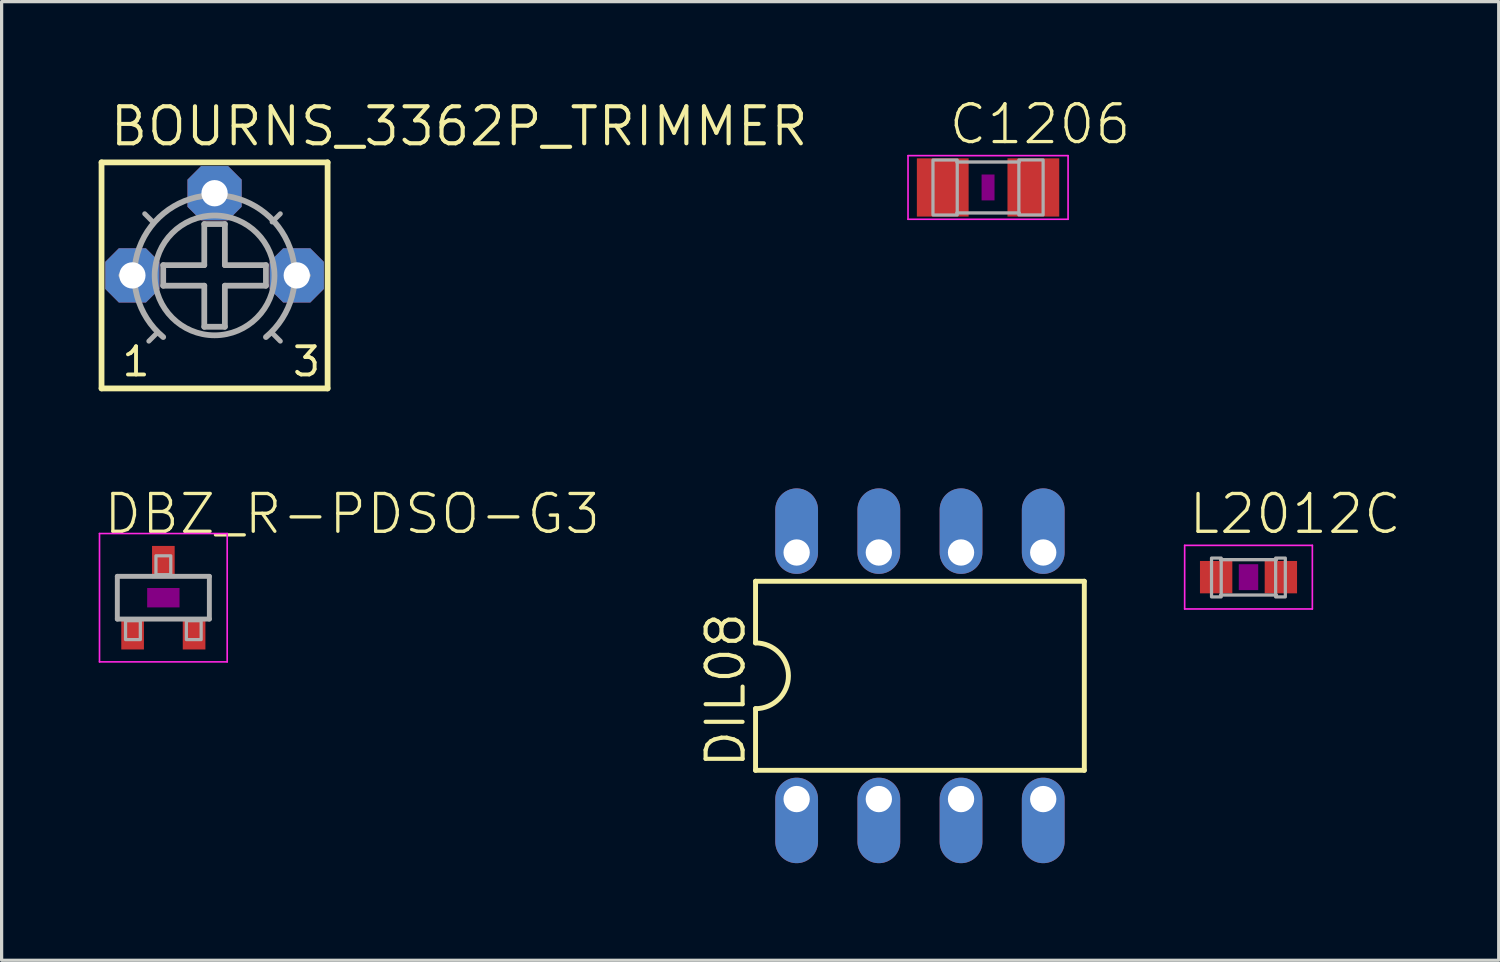
<source format=kicad_pcb>
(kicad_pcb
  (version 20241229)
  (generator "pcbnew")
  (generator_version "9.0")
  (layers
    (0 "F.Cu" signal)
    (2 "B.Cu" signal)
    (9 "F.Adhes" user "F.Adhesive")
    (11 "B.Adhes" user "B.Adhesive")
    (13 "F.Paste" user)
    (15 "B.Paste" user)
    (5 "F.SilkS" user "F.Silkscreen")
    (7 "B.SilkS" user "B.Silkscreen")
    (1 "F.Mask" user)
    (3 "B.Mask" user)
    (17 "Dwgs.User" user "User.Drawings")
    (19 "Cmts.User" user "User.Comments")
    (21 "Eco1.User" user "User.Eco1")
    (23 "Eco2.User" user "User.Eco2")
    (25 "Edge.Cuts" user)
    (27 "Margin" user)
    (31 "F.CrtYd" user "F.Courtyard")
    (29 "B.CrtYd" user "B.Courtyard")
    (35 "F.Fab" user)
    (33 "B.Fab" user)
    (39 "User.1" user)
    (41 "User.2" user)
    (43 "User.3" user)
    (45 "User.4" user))
  (footprint "BOURNS_3362P_TRIMMER"
    (layer "F.Cu")
    (at 3.581 5.461)
    (property "Reference" "BOURNS_3362P_TRIMMER" (at -3.302 -3.937 0) (layer "F.SilkS") (effects (font (size 1.143 1.143) (thickness 0.127)) (justify left bottom)))
    (fp_line (start -3.493 -3.493) (end 3.493 -3.493) (stroke (width 0.178) (type solid)) (layer "F.SilkS"))
    (fp_line (start -3.493 3.493) (end -3.493 -3.493) (stroke (width 0.178) (type solid)) (layer "F.SilkS"))
    (fp_line (start 3.493 -3.493) (end 3.493 3.493) (stroke (width 0.178) (type solid)) (layer "F.SilkS"))
    (fp_line (start 3.493 3.493) (end -3.493 3.493) (stroke (width 0.178) (type solid)) (layer "F.SilkS"))
    (fp_line (start -2.515 0) (end -2.896 0) (stroke (width 0.152) (type solid)) (layer "F.Fab"))
    (fp_line (start -1.905 -1.651) (end -2.159 -1.905) (stroke (width 0.152) (type solid)) (layer "F.Fab"))
    (fp_line (start -1.778 1.778) (end -2.032 2.032) (stroke (width 0.152) (type solid)) (layer "F.Fab"))
    (fp_line (start -1.587 -0.318) (end -0.318 -0.318) (stroke (width 0.178) (type solid)) (layer "F.Fab"))
    (fp_line (start -1.587 0.318) (end -1.587 -0.318) (stroke (width 0.178) (type solid)) (layer "F.Fab"))
    (fp_line (start -0.318 -1.587) (end 0.318 -1.587) (stroke (width 0.178) (type solid)) (layer "F.Fab"))
    (fp_line (start -0.318 -0.318) (end -0.318 -1.587) (stroke (width 0.178) (type solid)) (layer "F.Fab"))
    (fp_line (start -0.318 0.318) (end -1.587 0.318) (stroke (width 0.178) (type solid)) (layer "F.Fab"))
    (fp_line (start -0.318 1.587) (end -0.318 0.318) (stroke (width 0.178) (type solid)) (layer "F.Fab"))
    (fp_line (start 0 -2.464) (end 0 -2.845) (stroke (width 0.152) (type solid)) (layer "F.Fab"))
    (fp_line (start 0.318 -1.587) (end 0.318 -0.318) (stroke (width 0.178) (type solid)) (layer "F.Fab"))
    (fp_line (start 0.318 -0.318) (end 1.587 -0.318) (stroke (width 0.178) (type solid)) (layer "F.Fab"))
    (fp_line (start 0.318 0.318) (end 0.318 1.587) (stroke (width 0.178) (type solid)) (layer "F.Fab"))
    (fp_line (start 0.318 1.587) (end -0.318 1.587) (stroke (width 0.178) (type solid)) (layer "F.Fab"))
    (fp_line (start 1.587 -0.318) (end 1.587 0.318) (stroke (width 0.178) (type solid)) (layer "F.Fab"))
    (fp_line (start 1.587 0.318) (end 0.318 0.318) (stroke (width 0.178) (type solid)) (layer "F.Fab"))
    (fp_line (start 1.778 -1.651) (end 2.032 -1.905) (stroke (width 0.152) (type solid)) (layer "F.Fab"))
    (fp_line (start 1.778 1.778) (end 2.032 2.032) (stroke (width 0.152) (type solid)) (layer "F.Fab"))
    (fp_line (start 2.515 0) (end 2.896 0) (stroke (width 0.152) (type solid)) (layer "F.Fab"))
    (fp_arc (start -1.5875 1.905) (mid 0 -2.479754) (end 1.5875 1.905) (stroke (width 0.1778) (type solid)) (layer "F.Fab"))
    (fp_circle (center 0 0) (end 1.851 0) (stroke (width 0.178) (type solid)) (fill no) (layer "F.Fab"))
    (fp_text user "1" (at -2.921 3.175 0) (layer "F.SilkS") (effects (font (size 0.872 0.872) (thickness 0.119)) (justify left bottom)))
    (fp_text user "3" (at 2.349 3.175 0) (layer "F.SilkS") (effects (font (size 0.872 0.872) (thickness 0.119)) (justify left bottom)))
    (pad "1" thru_hole roundrect (at -2.54 0) (size 1.676 1.676) (drill 0.813) (layers "*.Cu" "*.Mask") (roundrect_rratio 0.25) (chamfer_ratio 0.25) (chamfer top_left top_right bottom_left bottom_right))
    (pad "2" thru_hole roundrect (at 0 -2.54) (size 1.676 1.676) (drill 0.813) (layers "*.Cu" "*.Mask") (roundrect_rratio 0.25) (chamfer_ratio 0.25) (chamfer top_left top_right bottom_left bottom_right))
    (pad "3" thru_hole roundrect (at 2.54 0) (size 1.676 1.676) (drill 0.813) (layers "*.Cu" "*.Mask") (roundrect_rratio 0.25) (chamfer_ratio 0.25) (chamfer top_left top_right bottom_left bottom_right)))
  (footprint "L2012C"
    (layer "F.Cu")
    (at 35.533 14.786)
    (property "Reference" "L2012C" (at -1.905 -1.27 0) (layer "F.SilkS") (effects (font (size 1.168 1.168) (thickness 0.102)) (justify left bottom)))
    (fp_poly (pts (xy -0.3 0.4) (xy 0.3 0.4) (xy 0.3 -0.4) (xy -0.3 -0.4)) (stroke (width 0) (type solid)) (fill yes) (layer "F.Adhes"))
    (fp_line (start -1.973 -0.983) (end 1.973 -0.983) (stroke (width 0.051) (type solid)) (layer "F.CrtYd"))
    (fp_line (start -1.973 0.983) (end -1.973 -0.983) (stroke (width 0.051) (type solid)) (layer "F.CrtYd"))
    (fp_line (start 1.973 -0.983) (end 1.973 0.983) (stroke (width 0.051) (type solid)) (layer "F.CrtYd"))
    (fp_line (start 1.973 0.983) (end -1.973 0.983) (stroke (width 0.051) (type solid)) (layer "F.CrtYd"))
    (fp_line (start -0.864 -0.54) (end 0.864 -0.54) (stroke (width 0.102) (type solid)) (layer "F.Fab"))
    (fp_line (start -0.864 0.553) (end 0.864 0.553) (stroke (width 0.102) (type solid)) (layer "F.Fab"))
    (fp_poly (pts (xy -1.143 0.61) (xy -0.843 0.61) (xy -0.843 -0.59) (xy -1.143 -0.59)) (stroke (width 0.1) (type solid)) (fill no) (layer "F.Fab"))
    (fp_poly (pts (xy 0.838 0.61) (xy 1.138 0.61) (xy 1.138 -0.59) (xy 0.838 -0.59)) (stroke (width 0.1) (type solid)) (fill no) (layer "F.Fab"))
    (pad "1" smd rect (at -1 0) (size 1 1) (layers "F.Cu" "F.Mask" "F.Paste"))
    (pad "2" smd rect (at 1 0) (size 1 1) (layers "F.Cu" "F.Mask" "F.Paste")))
  (footprint "DIL08"
    (layer "F.Cu")
    (at 25.379 17.834)
    (property "Reference" "DIL08" (at -5.334 2.921 90) (layer "F.SilkS") (effects (font (size 1.143 1.143) (thickness 0.127)) (justify left bottom)))
    (fp_line (start -5.08 -2.921) (end -5.08 -1.016) (stroke (width 0.152) (type solid)) (layer "F.SilkS"))
    (fp_line (start -5.08 2.921) (end -5.08 1.016) (stroke (width 0.152) (type solid)) (layer "F.SilkS"))
    (fp_line (start -5.08 2.921) (end 5.08 2.921) (stroke (width 0.152) (type solid)) (layer "F.SilkS"))
    (fp_line (start 5.08 -2.921) (end -5.08 -2.921) (stroke (width 0.152) (type solid)) (layer "F.SilkS"))
    (fp_line (start 5.08 -2.921) (end 5.08 2.921) (stroke (width 0.152) (type solid)) (layer "F.SilkS"))
    (fp_arc (start -5.08 -1.016) (mid -4.064 0) (end -5.08 1.016) (stroke (width 0.1524) (type solid)) (layer "F.SilkS"))
    (pad "1" thru_hole oval (at -3.81 3.81 270) (size 2.642 1.321) (drill 0.813 (offset 0.66 0)) (layers "*.Cu" "*.Mask"))
    (pad "2" thru_hole oval (at -1.27 3.81 270) (size 2.642 1.321) (drill 0.813 (offset 0.66 0)) (layers "*.Cu" "*.Mask"))
    (pad "3" thru_hole oval (at 1.27 3.81 270) (size 2.642 1.321) (drill 0.813 (offset 0.66 0)) (layers "*.Cu" "*.Mask"))
    (pad "4" thru_hole oval (at 3.81 3.81 270) (size 2.642 1.321) (drill 0.813 (offset 0.66 0)) (layers "*.Cu" "*.Mask"))
    (pad "5" thru_hole oval (at 3.81 -3.81 90) (size 2.642 1.321) (drill 0.813 (offset 0.66 0)) (layers "*.Cu" "*.Mask"))
    (pad "6" thru_hole oval (at 1.27 -3.81 90) (size 2.642 1.321) (drill 0.813 (offset 0.66 0)) (layers "*.Cu" "*.Mask"))
    (pad "7" thru_hole oval (at -1.27 -3.81 90) (size 2.642 1.321) (drill 0.813 (offset 0.66 0)) (layers "*.Cu" "*.Mask"))
    (pad "8" thru_hole oval (at -3.81 -3.81 90) (size 2.642 1.321) (drill 0.813 (offset 0.66 0)) (layers "*.Cu" "*.Mask")))
  (footprint "C1206"
    (layer "F.Cu")
    (at 27.484 2.743)
    (property "Reference" "C1206" (at -1.27 -1.27 0) (layer "F.SilkS") (effects (font (size 1.168 1.168) (thickness 0.102)) (justify left bottom)))
    (fp_poly (pts (xy -0.2 0.4) (xy 0.2 0.4) (xy 0.2 -0.4) (xy -0.2 -0.4)) (stroke (width 0) (type solid)) (fill yes) (layer "F.Adhes"))
    (fp_line (start -2.473 -0.983) (end 2.473 -0.983) (stroke (width 0.051) (type solid)) (layer "F.CrtYd"))
    (fp_line (start -2.473 0.983) (end -2.473 -0.983) (stroke (width 0.051) (type solid)) (layer "F.CrtYd"))
    (fp_line (start 2.473 -0.983) (end 2.473 0.983) (stroke (width 0.051) (type solid)) (layer "F.CrtYd"))
    (fp_line (start 2.473 0.983) (end -2.473 0.983) (stroke (width 0.051) (type solid)) (layer "F.CrtYd"))
    (fp_line (start -0.965 -0.787) (end 0.965 -0.787) (stroke (width 0.102) (type solid)) (layer "F.Fab"))
    (fp_line (start -0.965 0.787) (end 0.965 0.787) (stroke (width 0.102) (type solid)) (layer "F.Fab"))
    (fp_poly (pts (xy -1.702 0.851) (xy -0.952 0.851) (xy -0.952 -0.849) (xy -1.702 -0.849)) (stroke (width 0.1) (type solid)) (fill no) (layer "F.Fab"))
    (fp_poly (pts (xy 0.952 0.849) (xy 1.702 0.849) (xy 1.702 -0.851) (xy 0.952 -0.851)) (stroke (width 0.1) (type solid)) (fill no) (layer "F.Fab"))
    (pad "1" smd rect (at -1.4 0) (size 1.6 1.8) (layers "F.Cu" "F.Mask" "F.Paste"))
    (pad "2" smd rect (at 1.4 0) (size 1.6 1.8) (layers "F.Cu" "F.Mask" "F.Paste")))
  (footprint "DBZ_R-PDSO-G3"
    (layer "F.Cu")
    (at 1.998 15.421)
    (property "Reference" "DBZ_R-PDSO-G3" (at -1.905 -1.905 0) (layer "F.SilkS") (effects (font (size 1.168 1.168) (thickness 0.102)) (justify left bottom)))
    (fp_poly (pts (xy -0.5 0.3) (xy 0.5 0.3) (xy 0.5 -0.3) (xy -0.5 -0.3)) (stroke (width 0) (type solid)) (fill yes) (layer "F.Adhes"))
    (fp_line (start -1.973 -1.983) (end 1.973 -1.983) (stroke (width 0.051) (type solid)) (layer "F.CrtYd"))
    (fp_line (start -1.973 1.983) (end -1.973 -1.983) (stroke (width 0.051) (type solid)) (layer "F.CrtYd"))
    (fp_line (start 1.973 -1.983) (end 1.973 1.983) (stroke (width 0.051) (type solid)) (layer "F.CrtYd"))
    (fp_line (start 1.973 1.983) (end -1.973 1.983) (stroke (width 0.051) (type solid)) (layer "F.CrtYd"))
    (fp_line (start -1.422 -0.66) (end 1.422 -0.66) (stroke (width 0.152) (type solid)) (layer "F.Fab"))
    (fp_line (start -1.422 0.66) (end -1.422 -0.66) (stroke (width 0.152) (type solid)) (layer "F.Fab"))
    (fp_line (start 1.422 -0.66) (end 1.422 0.66) (stroke (width 0.152) (type solid)) (layer "F.Fab"))
    (fp_line (start 1.422 0.66) (end -1.422 0.66) (stroke (width 0.152) (type solid)) (layer "F.Fab"))
    (fp_poly (pts (xy -1.168 1.295) (xy -0.711 1.295) (xy -0.711 0.711) (xy -1.168 0.711)) (stroke (width 0.1) (type solid)) (fill no) (layer "F.Fab"))
    (fp_poly (pts (xy -0.229 -0.711) (xy 0.229 -0.711) (xy 0.229 -1.295) (xy -0.229 -1.295)) (stroke (width 0.1) (type solid)) (fill no) (layer "F.Fab"))
    (fp_poly (pts (xy 0.711 1.295) (xy 1.168 1.295) (xy 1.168 0.711) (xy 0.711 0.711)) (stroke (width 0.1) (type solid)) (fill no) (layer "F.Fab"))
    (pad "1" smd rect (at -0.95 1.1) (size 0.7 1) (layers "F.Cu" "F.Mask" "F.Paste"))
    (pad "2" smd rect (at 0.95 1.1) (size 0.7 1) (layers "F.Cu" "F.Mask" "F.Paste"))
    (pad "3" smd rect (at 0 -1.1) (size 0.7 1) (layers "F.Cu" "F.Mask" "F.Paste")))
  (gr_rect
    (start -3 -3)
    (end 43.265 26.625)
    (stroke (width 0.1) (type default))
    (fill no)
    (layer "Edge.Cuts")))
</source>
